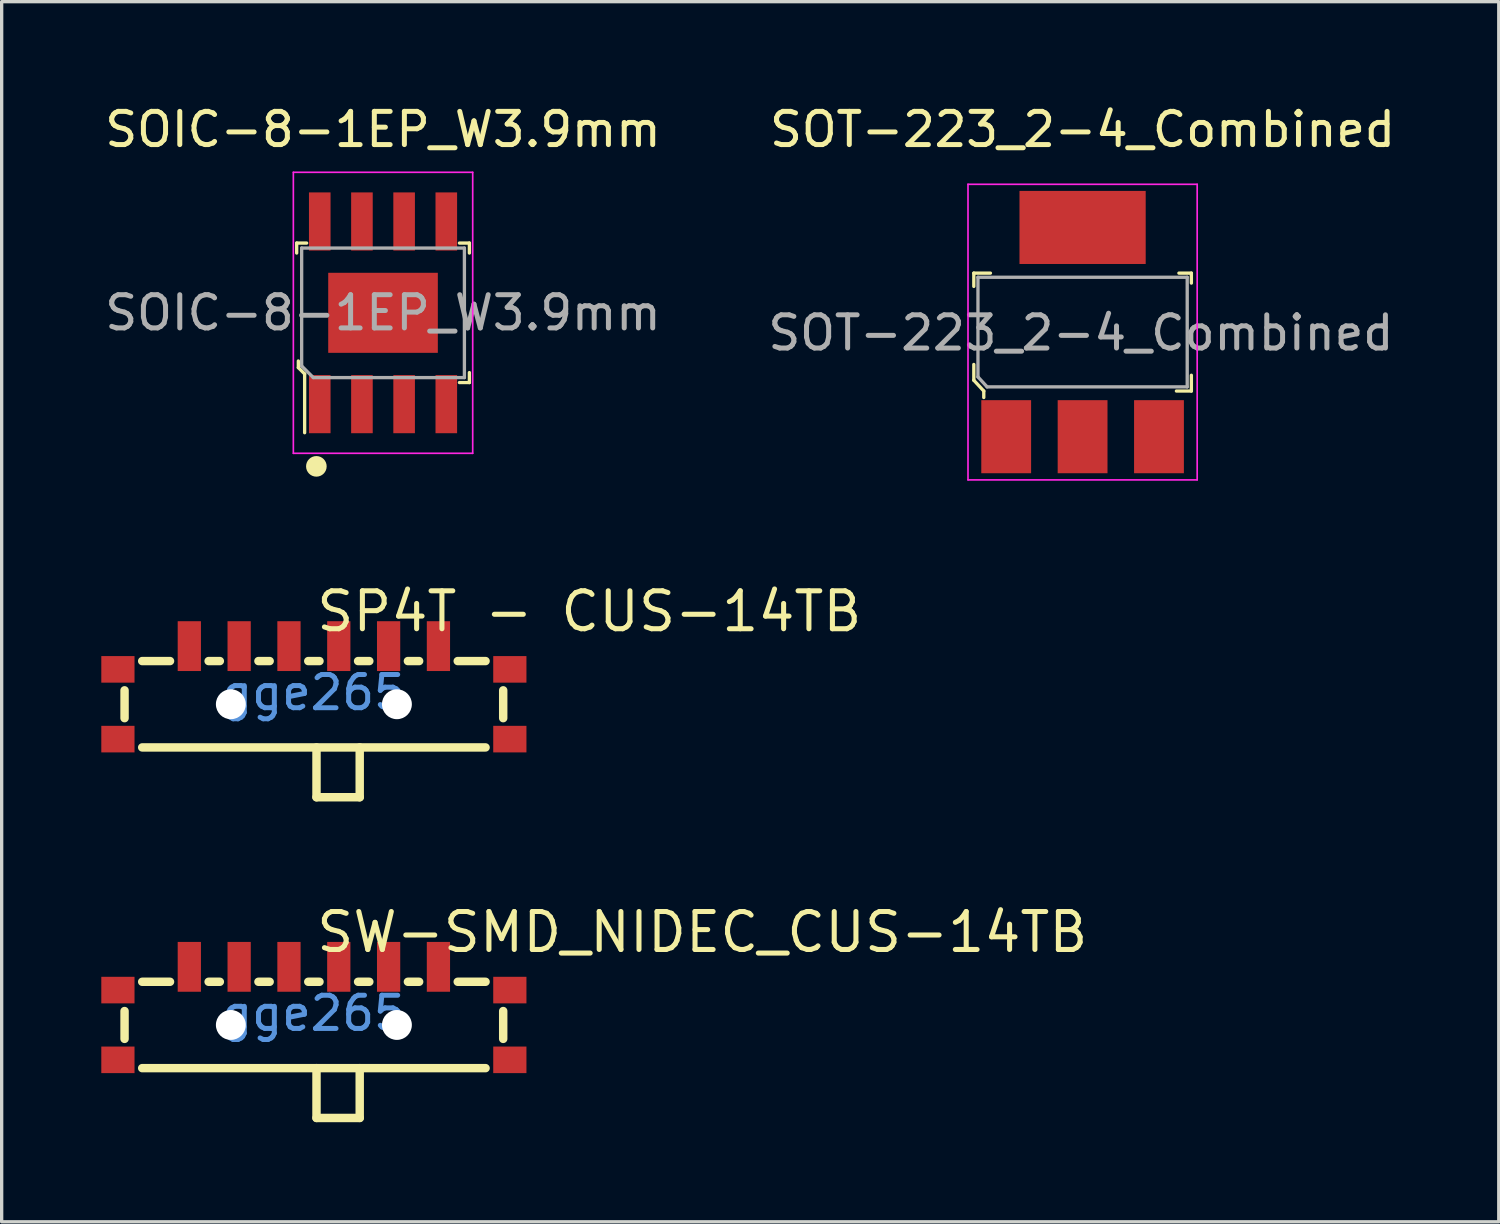
<source format=kicad_pcb>
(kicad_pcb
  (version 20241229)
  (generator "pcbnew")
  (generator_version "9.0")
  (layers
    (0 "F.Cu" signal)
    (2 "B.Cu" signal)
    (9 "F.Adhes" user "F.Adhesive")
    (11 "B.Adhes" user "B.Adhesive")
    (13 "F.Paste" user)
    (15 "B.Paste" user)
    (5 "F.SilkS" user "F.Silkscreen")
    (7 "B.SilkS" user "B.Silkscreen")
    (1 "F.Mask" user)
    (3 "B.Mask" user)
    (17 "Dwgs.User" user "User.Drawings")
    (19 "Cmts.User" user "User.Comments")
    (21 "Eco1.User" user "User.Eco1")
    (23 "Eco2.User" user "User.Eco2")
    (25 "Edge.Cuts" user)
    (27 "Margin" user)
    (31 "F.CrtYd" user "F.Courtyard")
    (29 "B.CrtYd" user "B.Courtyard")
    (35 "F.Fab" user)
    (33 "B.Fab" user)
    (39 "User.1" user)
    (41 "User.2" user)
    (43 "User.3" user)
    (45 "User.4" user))
  (footprint "SP4T - CUS-14TB"
    (layer "F.Cu")
    (at 6.4 17.803)
    (property "Reference" "SP4T - CUS-14TB" (at 0 -2.444 0) (layer "F.SilkS") (effects (font (size 1.143 1.143) (thickness 0.152)) (justify left)))
    (attr smd)
    (fp_line (start -5.7 0.769) (end -5.7 -0.069) (stroke (width 0.254) (type solid)) (layer "F.SilkS"))
    (fp_line (start -5.169 -0.95) (end -4.331 -0.95) (stroke (width 0.254) (type solid)) (layer "F.SilkS"))
    (fp_line (start -5.169 1.65) (end 5.169 1.65) (stroke (width 0.254) (type solid)) (layer "F.SilkS"))
    (fp_line (start -3.169 -0.95) (end -2.831 -0.95) (stroke (width 0.254) (type solid)) (layer "F.SilkS"))
    (fp_line (start -1.669 -0.95) (end -1.331 -0.95) (stroke (width 0.254) (type solid)) (layer "F.SilkS"))
    (fp_line (start -0.169 -0.95) (end 0.169 -0.95) (stroke (width 0.254) (type solid)) (layer "F.SilkS"))
    (fp_line (start 0.079 3.15) (end 0.079 1.65) (stroke (width 0.254) (type solid)) (layer "F.SilkS"))
    (fp_line (start 1.331 -0.95) (end 1.669 -0.95) (stroke (width 0.254) (type solid)) (layer "F.SilkS"))
    (fp_line (start 1.38 1.65) (end 1.38 3.15) (stroke (width 0.254) (type solid)) (layer "F.SilkS"))
    (fp_line (start 1.38 3.15) (end 0.079 3.15) (stroke (width 0.254) (type solid)) (layer "F.SilkS"))
    (fp_line (start 2.831 -0.95) (end 3.169 -0.95) (stroke (width 0.254) (type solid)) (layer "F.SilkS"))
    (fp_line (start 4.331 -0.95) (end 5.169 -0.95) (stroke (width 0.254) (type solid)) (layer "F.SilkS"))
    (fp_line (start 5.7 -0.069) (end 5.7 0.769) (stroke (width 0.254) (type solid)) (layer "F.SilkS"))
    (fp_text user "gge265" (at 0 0 0) (layer "Cmts.User") (effects (font (size 1 1) (thickness 0.15))))
    (pad "" np_thru_hole circle (at -2.5 0.35) (size 0.9 0.9) (drill 0.9) (layers "*.Cu" "*.Mask"))
    (pad "" np_thru_hole circle (at 2.5 0.35) (size 0.9 0.9) (drill 0.9) (layers "*.Cu" "*.Mask"))
    (pad "1" smd rect (at -3.75 -1.4) (size 0.7 1.5) (layers "F.Cu" "F.Mask" "F.Paste"))
    (pad "2" smd rect (at -2.25 -1.4) (size 0.7 1.5) (layers "F.Cu" "F.Mask" "F.Paste"))
    (pad "3" smd rect (at -0.75 -1.4) (size 0.7 1.5) (layers "F.Cu" "F.Mask" "F.Paste"))
    (pad "4" smd rect (at 0.75 -1.4) (size 0.7 1.5) (layers "F.Cu" "F.Mask" "F.Paste"))
    (pad "5" smd rect (at 2.25 -1.4) (size 0.7 1.5) (layers "F.Cu" "F.Mask" "F.Paste"))
    (pad "6" smd rect (at 3.75 -1.4) (size 0.7 1.5) (layers "F.Cu" "F.Mask" "F.Paste"))
    (pad "7" smd rect (at 5.9 -0.7 90) (size 0.8 1) (layers "F.Cu" "F.Mask" "F.Paste"))
    (pad "8" smd rect (at 5.9 1.4 90) (size 0.8 1) (layers "F.Cu" "F.Mask" "F.Paste"))
    (pad "9" smd rect (at -5.9 1.4 90) (size 0.8 1) (layers "F.Cu" "F.Mask" "F.Paste"))
    (pad "10" smd rect (at -5.9 -0.7 90) (size 0.8 1) (layers "F.Cu" "F.Mask" "F.Paste")))
  (footprint "SOT-223_2-4_Combined"
    (layer "F.Cu")
    (at 29.544 6.948)
    (property "Reference" "SOT-223_2-4_Combined" (at 0 -6.1 0) (layer "F.SilkS") (effects (font (size 1 1) (thickness 0.15))))
    (attr smd)
    (fp_line (start -3.275 -1.775) (end -3.275 -1.375) (stroke (width 0.1) (type solid)) (layer "F.SilkS"))
    (fp_line (start -3.275 0.975) (end -3.275 1.45) (stroke (width 0.1) (type solid)) (layer "F.SilkS"))
    (fp_line (start -3.275 1.45) (end -2.975 1.775) (stroke (width 0.1) (type solid)) (layer "F.SilkS"))
    (fp_line (start -2.975 1.775) (end -2.975 1.97) (stroke (width 0.1) (type solid)) (layer "F.SilkS"))
    (fp_line (start -2.775 -1.775) (end -3.275 -1.775) (stroke (width 0.1) (type solid)) (layer "F.SilkS"))
    (fp_line (start 2.9 -1.775) (end 3.275 -1.775) (stroke (width 0.1) (type solid)) (layer "F.SilkS"))
    (fp_line (start 3.275 -1.775) (end 3.275 -1.475) (stroke (width 0.1) (type solid)) (layer "F.SilkS"))
    (fp_line (start 3.275 1.3) (end 3.275 1.775) (stroke (width 0.1) (type solid)) (layer "F.SilkS"))
    (fp_line (start 3.275 1.775) (end 2.825 1.775) (stroke (width 0.1) (type solid)) (layer "F.SilkS"))
    (fp_line (start -3.45 -4.45) (end -3.45 4.45) (stroke (width 0.05) (type solid)) (layer "F.CrtYd"))
    (fp_line (start -3.45 4.45) (end 3.45 4.45) (stroke (width 0.05) (type solid)) (layer "F.CrtYd"))
    (fp_line (start 3.45 -4.45) (end -3.45 -4.45) (stroke (width 0.05) (type solid)) (layer "F.CrtYd"))
    (fp_line (start 3.45 -4.45) (end 3.45 4.45) (stroke (width 0.05) (type solid)) (layer "F.CrtYd"))
    (fp_line (start -3.15 -1.65) (end 3.15 -1.65) (stroke (width 0.1) (type solid)) (layer "F.Fab"))
    (fp_line (start -3.15 1.35) (end -3.15 -1.65) (stroke (width 0.1) (type solid)) (layer "F.Fab"))
    (fp_line (start -3.15 1.35) (end -2.875 1.65) (stroke (width 0.1) (type solid)) (layer "F.Fab"))
    (fp_line (start 3.15 -1.65) (end 3.15 1.65) (stroke (width 0.1) (type solid)) (layer "F.Fab"))
    (fp_line (start 3.15 1.65) (end -2.875 1.65) (stroke (width 0.1) (type solid)) (layer "F.Fab"))
    (fp_text user "${REFERENCE}" (at -0.05 0.025 0) (layer "F.Fab") (effects (font (size 1 1) (thickness 0.15))))
    (pad "1" smd rect (at -2.3 3.15) (size 1.5 2.2) (layers "F.Cu" "F.Mask" "F.Paste"))
    (pad "2" smd rect (at 0 -3.15) (size 3.8 2.2) (layers "F.Cu" "F.Mask" "B.Adhes" "F.Paste"))
    (pad "2" smd rect (at 0 3.15) (size 1.5 2.2) (layers "F.Cu" "F.Mask" "F.Paste"))
    (pad "3" smd rect (at 2.3 3.15) (size 1.5 2.2) (layers "F.Cu" "F.Mask" "F.Paste")))
  (footprint "SW-SMD_NIDEC_CUS-14TB"
    (layer "F.Cu")
    (at 6.4 27.459)
    (property "Reference" "SW-SMD_NIDEC_CUS-14TB" (at 0 -2.444 0) (layer "F.SilkS") (effects (font (size 1.143 1.143) (thickness 0.152)) (justify left)))
    (attr smd)
    (fp_line (start -5.7 0.769) (end -5.7 -0.069) (stroke (width 0.254) (type solid)) (layer "F.SilkS"))
    (fp_line (start -5.169 -0.95) (end -4.331 -0.95) (stroke (width 0.254) (type solid)) (layer "F.SilkS"))
    (fp_line (start -5.169 1.65) (end 5.169 1.65) (stroke (width 0.254) (type solid)) (layer "F.SilkS"))
    (fp_line (start -3.169 -0.95) (end -2.831 -0.95) (stroke (width 0.254) (type solid)) (layer "F.SilkS"))
    (fp_line (start -1.669 -0.95) (end -1.331 -0.95) (stroke (width 0.254) (type solid)) (layer "F.SilkS"))
    (fp_line (start -0.169 -0.95) (end 0.169 -0.95) (stroke (width 0.254) (type solid)) (layer "F.SilkS"))
    (fp_line (start 0.079 3.15) (end 0.079 1.65) (stroke (width 0.254) (type solid)) (layer "F.SilkS"))
    (fp_line (start 1.331 -0.95) (end 1.669 -0.95) (stroke (width 0.254) (type solid)) (layer "F.SilkS"))
    (fp_line (start 1.38 1.65) (end 1.38 3.15) (stroke (width 0.254) (type solid)) (layer "F.SilkS"))
    (fp_line (start 1.38 3.15) (end 0.079 3.15) (stroke (width 0.254) (type solid)) (layer "F.SilkS"))
    (fp_line (start 2.831 -0.95) (end 3.169 -0.95) (stroke (width 0.254) (type solid)) (layer "F.SilkS"))
    (fp_line (start 4.331 -0.95) (end 5.169 -0.95) (stroke (width 0.254) (type solid)) (layer "F.SilkS"))
    (fp_line (start 5.7 -0.069) (end 5.7 0.769) (stroke (width 0.254) (type solid)) (layer "F.SilkS"))
    (fp_text user "gge265" (at 0 0 0) (layer "Cmts.User") (effects (font (size 1 1) (thickness 0.15))))
    (pad "" np_thru_hole circle (at -2.5 0.35) (size 0.9 0.9) (drill 0.9) (layers "*.Cu" "*.Mask"))
    (pad "" np_thru_hole circle (at 2.5 0.35) (size 0.9 0.9) (drill 0.9) (layers "*.Cu" "*.Mask"))
    (pad "1" smd rect (at -3.75 -1.4) (size 0.7 1.5) (layers "F.Cu" "F.Mask" "F.Paste"))
    (pad "2" smd rect (at -2.25 -1.4) (size 0.7 1.5) (layers "F.Cu" "F.Mask" "F.Paste"))
    (pad "3" smd rect (at -0.75 -1.4) (size 0.7 1.5) (layers "F.Cu" "F.Mask" "F.Paste"))
    (pad "4" smd rect (at 0.75 -1.4) (size 0.7 1.5) (layers "F.Cu" "F.Mask" "F.Paste"))
    (pad "5" smd rect (at 2.25 -1.4) (size 0.7 1.5) (layers "F.Cu" "F.Mask" "F.Paste"))
    (pad "6" smd rect (at 3.75 -1.4) (size 0.7 1.5) (layers "F.Cu" "F.Mask" "F.Paste"))
    (pad "7" smd rect (at 5.9 -0.7 90) (size 0.8 1) (layers "F.Cu" "F.Mask" "F.Paste"))
    (pad "8" smd rect (at 5.9 1.4 90) (size 0.8 1) (layers "F.Cu" "F.Mask" "F.Paste"))
    (pad "9" smd rect (at -5.9 1.4 90) (size 0.8 1) (layers "F.Cu" "F.Mask" "F.Paste"))
    (pad "10" smd rect (at -5.9 -0.7 90) (size 0.8 1) (layers "F.Cu" "F.Mask" "F.Paste")))
  (footprint "SOIC-8-1EP_W3.9mm"
    (layer "F.Cu")
    (at 8.482 6.368)
    (property "Reference" "SOIC-8-1EP_W3.9mm" (at 0 -5.52 180) (layer "F.SilkS") (effects (font (size 1 1) (thickness 0.15))))
    (attr smd)
    (fp_line (start -2.6 -2.1) (end -2.6 -1.8) (stroke (width 0.1) (type solid)) (layer "F.SilkS"))
    (fp_line (start -2.55 1.45) (end -2.55 1.65) (stroke (width 0.1) (type solid)) (layer "F.SilkS"))
    (fp_line (start -2.55 1.65) (end -2.36 1.84) (stroke (width 0.1) (type solid)) (layer "F.SilkS"))
    (fp_line (start -2.36 1.84) (end -2.36 3.61) (stroke (width 0.1) (type solid)) (layer "F.SilkS"))
    (fp_line (start -2.3 -2.1) (end -2.6 -2.1) (stroke (width 0.1) (type solid)) (layer "F.SilkS"))
    (fp_line (start 2.6 -2.1) (end 2.3 -2.1) (stroke (width 0.1) (type solid)) (layer "F.SilkS"))
    (fp_line (start 2.6 -2.1) (end 2.6 -1.8) (stroke (width 0.1) (type solid)) (layer "F.SilkS"))
    (fp_line (start 2.6 1.8) (end 2.6 2.1) (stroke (width 0.1) (type solid)) (layer "F.SilkS"))
    (fp_line (start 2.6 2.1) (end 2.3 2.1) (stroke (width 0.1) (type solid)) (layer "F.SilkS"))
    (fp_circle (center -2.007 4.623) (end -1.757 4.623) (stroke (width 0.12) (type solid)) (fill yes) (layer "F.SilkS"))
    (fp_line (start -2.7 -4.23) (end -2.7 4.23) (stroke (width 0.05) (type solid)) (layer "F.CrtYd"))
    (fp_line (start 2.7 -4.23) (end -2.7 -4.23) (stroke (width 0.05) (type solid)) (layer "F.CrtYd"))
    (fp_line (start 2.7 4.23) (end -2.7 4.23) (stroke (width 0.05) (type solid)) (layer "F.CrtYd"))
    (fp_line (start 2.7 4.23) (end 2.7 -4.23) (stroke (width 0.05) (type solid)) (layer "F.CrtYd"))
    (fp_line (start -2.45 -1.95) (end 2.45 -1.95) (stroke (width 0.1) (type solid)) (layer "F.Fab"))
    (fp_line (start -2.45 1.6) (end -2.45 -1.95) (stroke (width 0.1) (type solid)) (layer "F.Fab"))
    (fp_line (start -2.45 1.6) (end -2.1 1.95) (stroke (width 0.1) (type solid)) (layer "F.Fab"))
    (fp_line (start -2.1 1.95) (end 2.45 1.95) (stroke (width 0.1) (type solid)) (layer "F.Fab"))
    (fp_line (start 2.45 -1.95) (end 2.45 1.95) (stroke (width 0.1) (type solid)) (layer "F.Fab"))
    (fp_text user "${REFERENCE}" (at 0 0 180) (layer "F.Fab") (effects (font (size 1 1) (thickness 0.15))))
    (pad "1" smd rect (at -1.905 2.75) (size 0.65 1.75) (layers "F.Cu" "F.Mask" "F.Paste"))
    (pad "2" smd rect (at -0.635 2.75) (size 0.65 1.75) (layers "F.Cu" "F.Mask" "F.Paste"))
    (pad "3" smd rect (at 0.635 2.75) (size 0.65 1.75) (layers "F.Cu" "F.Mask" "F.Paste"))
    (pad "4" smd rect (at 1.905 2.75) (size 0.65 1.75) (layers "F.Cu" "F.Mask" "F.Paste"))
    (pad "5" smd rect (at 1.905 -2.75) (size 0.65 1.75) (layers "F.Cu" "F.Mask" "F.Paste"))
    (pad "6" smd rect (at 0.635 -2.75) (size 0.65 1.75) (layers "F.Cu" "F.Mask" "F.Paste"))
    (pad "7" smd rect (at -0.635 -2.75) (size 0.65 1.75) (layers "F.Cu" "F.Mask" "F.Paste"))
    (pad "8" smd rect (at -1.905 -2.75) (size 0.65 1.75) (layers "F.Cu" "F.Mask" "F.Paste"))
    (pad "9" smd rect (at 0 0) (size 3.3 2.41) (layers "F.Cu" "F.Mask" "F.Paste")))
  (gr_rect
    (start -3 -3)
    (end 42.074 33.736)
    (stroke (width 0.1) (type default))
    (fill no)
    (layer "Edge.Cuts")))
</source>
